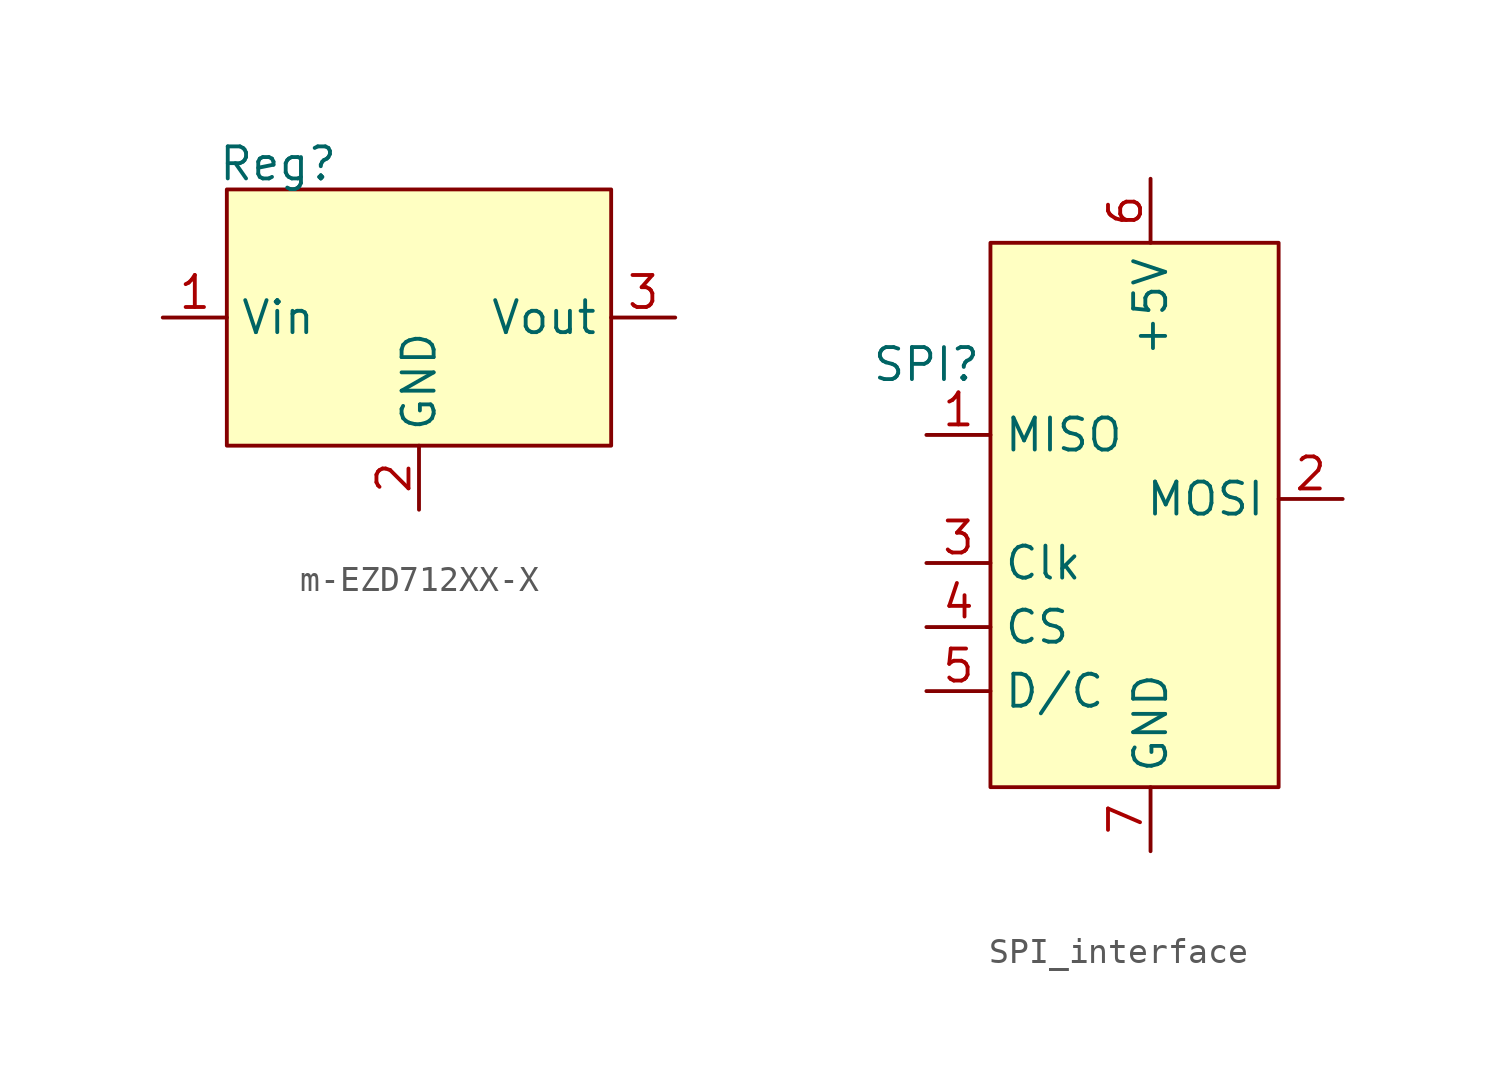
<source format=kicad_sym>
(kicad_symbol_lib
  (version 20241209)
  (generator "kicad_symbol_editor")
  (generator_version "9.0")
  (symbol "m-EZD712XX-X"
    (property "Reference" "Reg"
      (at -3.048 6.096 0)
      (effects (font (size 1.27 1.27))))
    (property "Value" ""
      (at 0 0 0)
      (effects (font (size 1.27 1.27))))
    (symbol "m-EZD712XX-X_1_1"
      (rectangle (start -5.08 5.08) (end 10.16 -5.08) (stroke (width 0) (type solid)) (fill (type color) (color 255 255 194 1)))
      (pin input line (at -7.62 0 0) (length 2.54) (name "Vin" (effects (font (size 1.27 1.27)))) (number "1" (effects (font (size 1.27 1.27)))))
      (pin input line (at 2.54 -7.62 90) (length 2.54) (name "GND" (effects (font (size 1.27 1.27)))) (number "2" (effects (font (size 1.27 1.27)))))
      (pin output line (at 12.7 0 180) (length 2.54) (name "Vout" (effects (font (size 1.27 1.27)))) (number "3" (effects (font (size 1.27 1.27)))))))
  (symbol "SPI_interface"
    (property "Reference" "SPI"
      (at -8.89 5.334 0)
      (effects (font (size 1.27 1.27))))
    (property "Value" ""
      (at 0 0 0)
      (effects (font (size 1.27 1.27))))
    (symbol "SPI_interface_1_1"
      (rectangle (start -6.35 10.16) (end 5.08 -11.43) (stroke (width 0) (type solid)) (fill (type color) (color 255 255 194 1)))
      (pin input line (at -8.89 2.54 0) (length 2.54) (name "MISO" (effects (font (size 1.27 1.27)))) (number "1" (effects (font (size 1.27 1.27)))))
      (pin input line (at -8.89 -2.54 0) (length 2.54) (name "Clk" (effects (font (size 1.27 1.27)))) (number "3" (effects (font (size 1.27 1.27)))))
      (pin input line (at -8.89 -5.08 0) (length 2.54) (name "CS" (effects (font (size 1.27 1.27)))) (number "4" (effects (font (size 1.27 1.27)))))
      (pin input line (at -8.89 -7.62 0) (length 2.54) (name "D/C" (effects (font (size 1.27 1.27)))) (number "5" (effects (font (size 1.27 1.27)))))
      (pin input line (at 0 12.7 270) (length 2.54) (name "+5V" (effects (font (size 1.27 1.27)))) (number "6" (effects (font (size 1.27 1.27)))))
      (pin input line (at 0 -13.97 90) (length 2.54) (name "GND" (effects (font (size 1.27 1.27)))) (number "7" (effects (font (size 1.27 1.27)))))
      (pin output line (at 7.62 0 180) (length 2.54) (name "MOSI" (effects (font (size 1.27 1.27)))) (number "2" (effects (font (size 1.27 1.27))))))))
</source>
